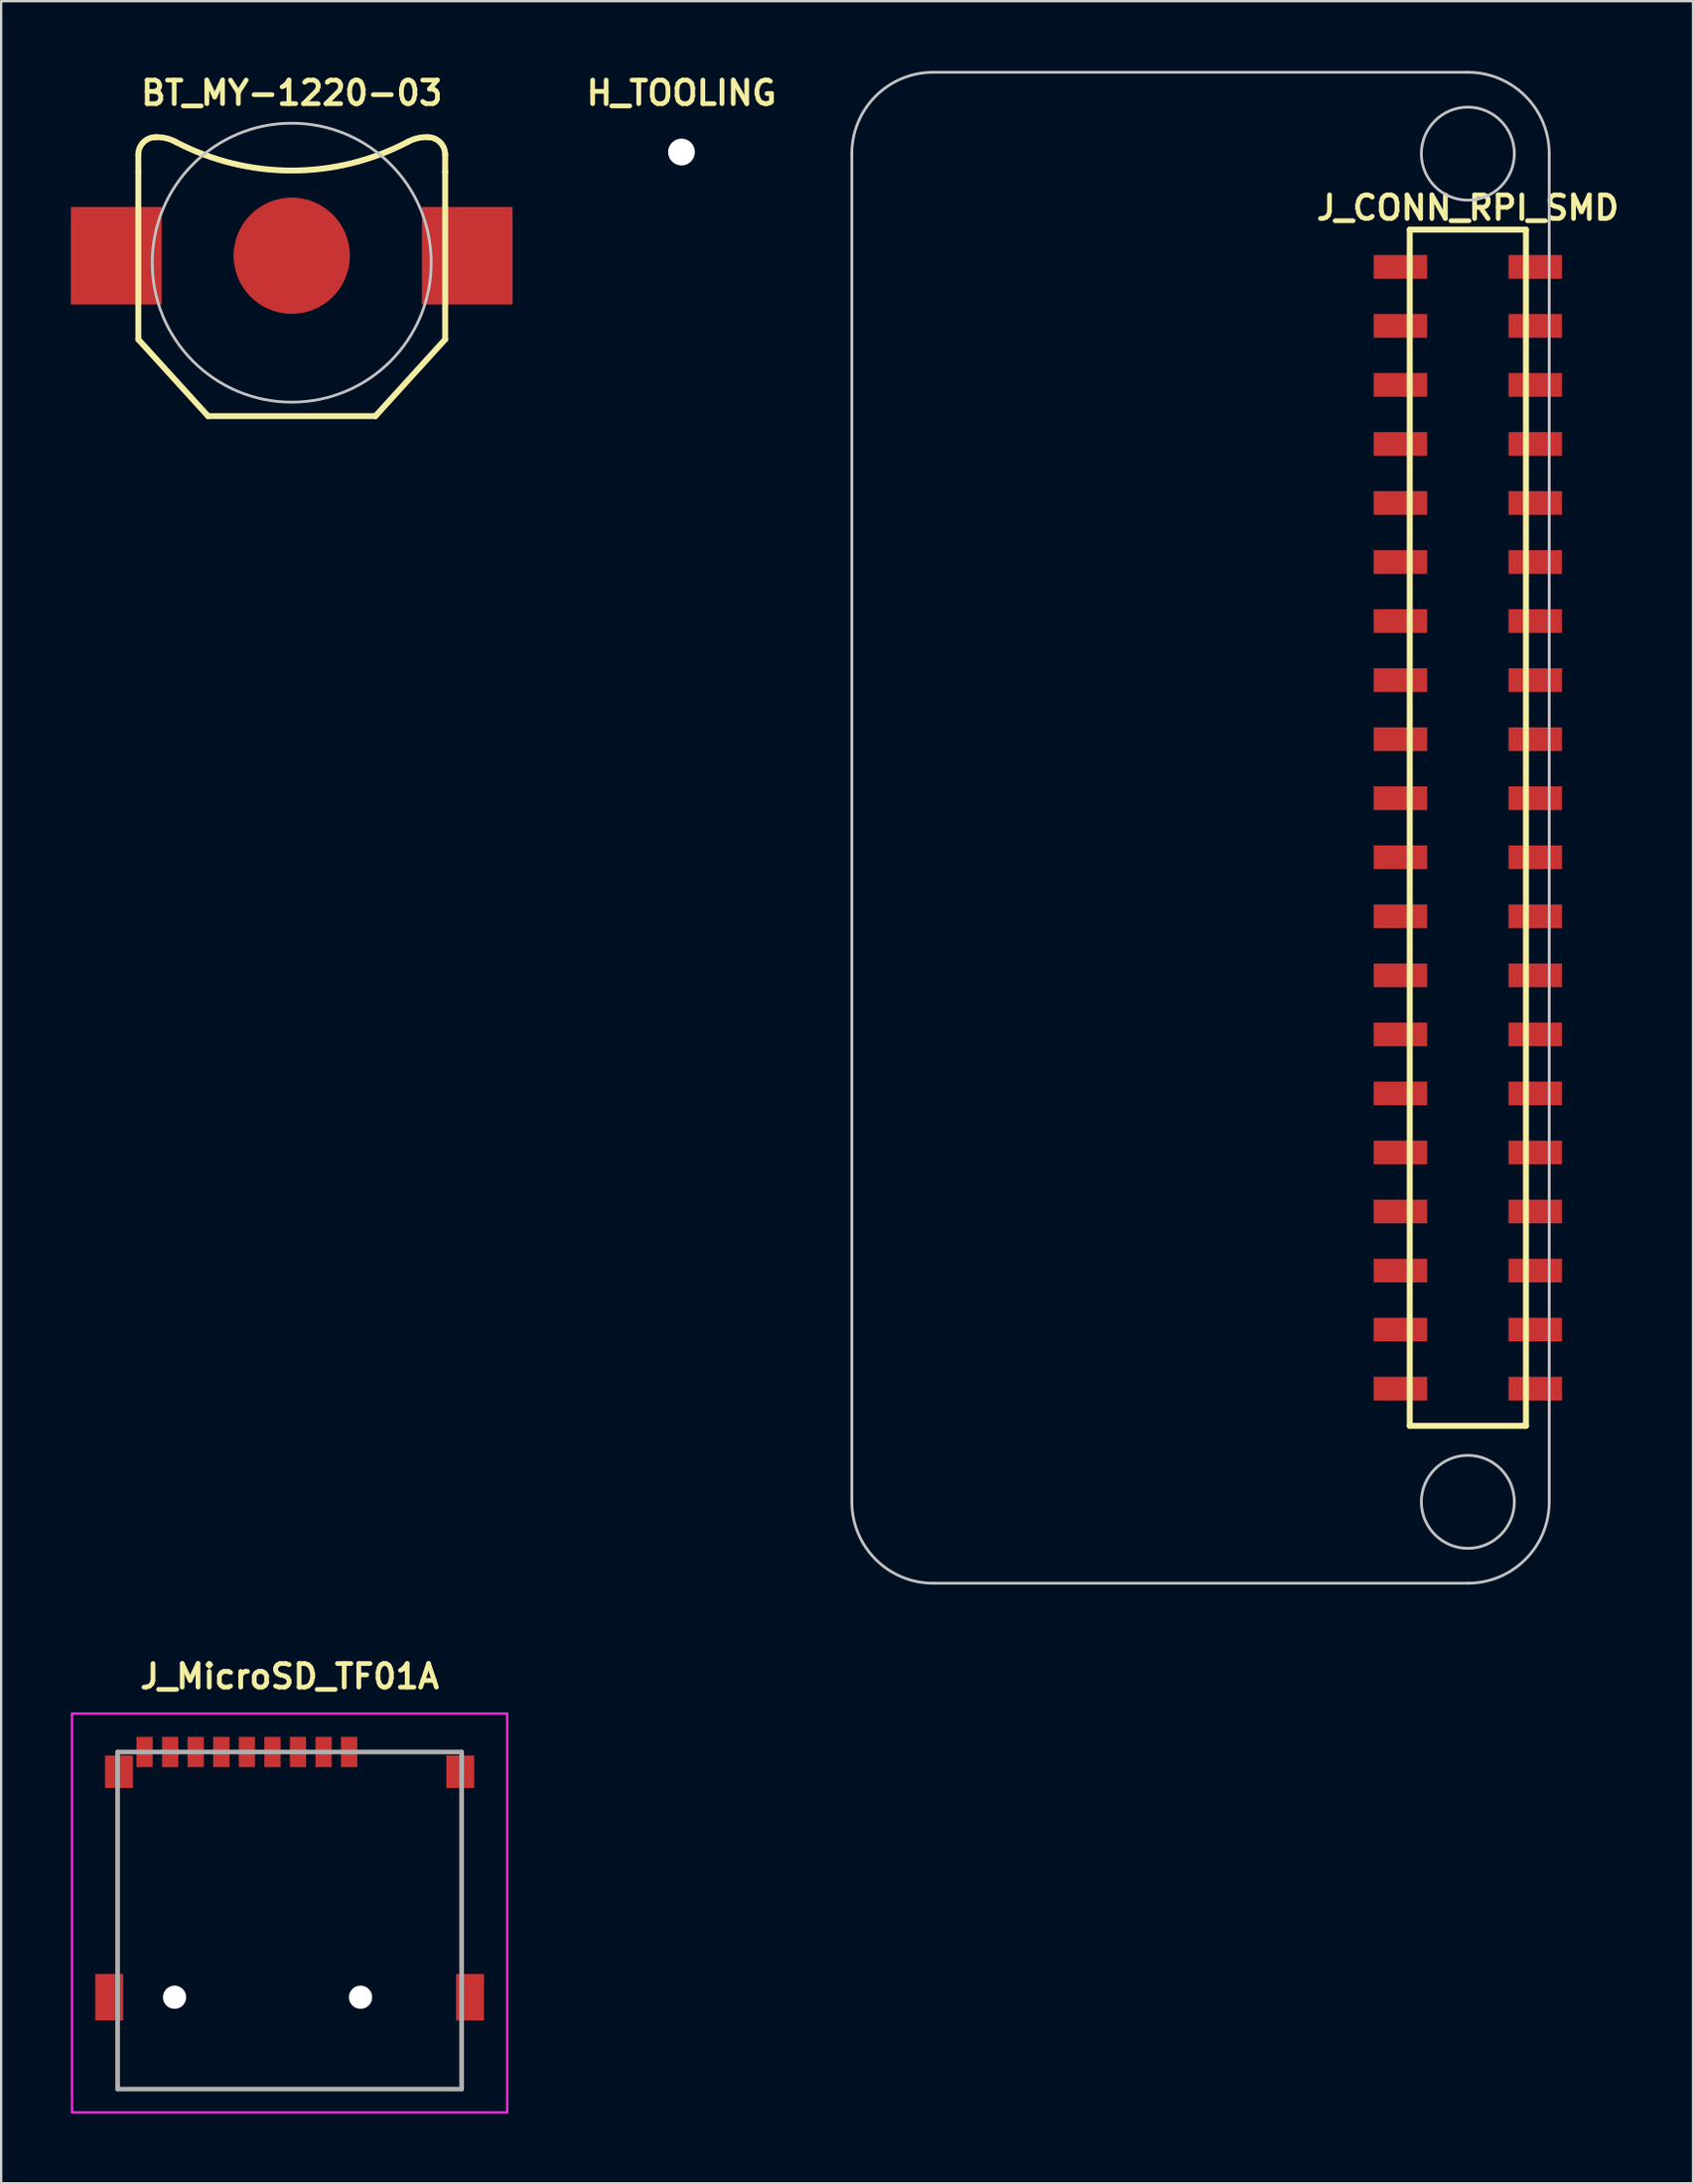
<source format=kicad_pcb>
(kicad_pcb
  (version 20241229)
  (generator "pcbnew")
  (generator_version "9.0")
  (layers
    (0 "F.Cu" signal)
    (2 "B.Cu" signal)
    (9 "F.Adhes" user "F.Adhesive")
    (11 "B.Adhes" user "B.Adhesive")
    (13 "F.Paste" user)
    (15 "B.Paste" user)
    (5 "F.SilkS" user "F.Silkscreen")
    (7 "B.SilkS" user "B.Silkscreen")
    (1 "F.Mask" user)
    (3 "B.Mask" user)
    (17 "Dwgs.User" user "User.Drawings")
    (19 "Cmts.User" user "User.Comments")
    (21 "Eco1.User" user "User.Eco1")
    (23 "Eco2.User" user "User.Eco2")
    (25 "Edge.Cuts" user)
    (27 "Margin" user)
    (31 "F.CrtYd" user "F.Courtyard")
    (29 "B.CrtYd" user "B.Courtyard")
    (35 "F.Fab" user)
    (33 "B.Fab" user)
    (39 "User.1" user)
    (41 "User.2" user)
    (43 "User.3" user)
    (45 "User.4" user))
  (footprint "BT_MY-1220-03"
    (layer "F.Cu")
    (at 9.5 7.951)
    (property "Reference" "BT_MY-1220-03" (at 0 -7 0) (layer "F.SilkS") (effects (font (size 1.016 1.016) (thickness 0.203))))
    (property "Value" "${VALUE}" (at 0 9 0) (layer "F.SilkS") (hide yes) (effects (font (size 1.016 0.914) (thickness 0.203) (italic yes))))
    (attr exclude_from_pos_files exclude_from_bom)
    (fp_line (start -6.6 -3.6) (end -6.6 -4.35) (stroke (width 0.254) (type solid)) (layer "F.SilkS"))
    (fp_line (start -6.6 -3.6) (end -6.6 3.6) (stroke (width 0.254) (type solid)) (layer "F.SilkS"))
    (fp_line (start -6.6 3.6) (end -3.6 6.9) (stroke (width 0.254) (type solid)) (layer "F.SilkS"))
    (fp_line (start -3.6 6.9) (end 3.6 6.9) (stroke (width 0.254) (type solid)) (layer "F.SilkS"))
    (fp_line (start 6.6 -3.6) (end 6.6 -4.35) (stroke (width 0.254) (type solid)) (layer "F.SilkS"))
    (fp_line (start 6.6 -3.6) (end 6.6 3.6) (stroke (width 0.254) (type solid)) (layer "F.SilkS"))
    (fp_line (start 6.6 3.6) (end 3.6 6.9) (stroke (width 0.254) (type solid)) (layer "F.SilkS"))
    (fp_arc (start -6.6 -4.35) (mid -6.38033 -4.88033) (end -5.85 -5.1) (stroke (width 0.254) (type solid)) (layer "F.SilkS"))
    (fp_arc (start -5.85 -5.1) (mid -5.411835 -5.055952) (end -5 -4.9) (stroke (width 0.254) (type solid)) (layer "F.SilkS"))
    (fp_arc (start 5 -4.9) (mid 0 -3.66494) (end -5 -4.9) (stroke (width 0.254) (type solid)) (layer "F.SilkS"))
    (fp_arc (start 5 -4.9) (mid 5.411835 -5.055952) (end 5.85 -5.1) (stroke (width 0.254) (type solid)) (layer "F.SilkS"))
    (fp_arc (start 5.85 -5.1) (mid 6.38033 -4.88033) (end 6.6 -4.35) (stroke (width 0.254) (type solid)) (layer "F.SilkS"))
    (fp_circle (center 0 0.3) (end 6 0.3) (stroke (width 0.12) (type solid)) (fill no) (layer "Dwgs.User"))
    (pad "1" smd rect (at -7.55 0) (size 3.9 4.2) (layers "F.Cu" "F.Mask" "F.Paste"))
    (pad "1" smd rect (at 7.55 0) (size 3.9 4.2) (layers "F.Cu" "F.Mask" "F.Paste"))
    (pad "2" smd circle (at 0 0) (size 5 5) (layers "F.Cu" "F.Mask" "F.Paste")))
  (footprint "J_MicroSD_TF01A"
    (layer "F.Cu")
    (at 9.41 79.571)
    (property "Reference" "J_MicroSD_TF01A" (at 0 -10.5 0) (layer "F.SilkS") (effects (font (size 1.016 1.016) (thickness 0.203))))
    (property "Value" "${VALUE}" (at 0 9.5 0) (layer "F.SilkS") (hide yes) (effects (font (size 1.016 0.914) (thickness 0.203) (italic yes))))
    (attr smd)
    (fp_line (start -7.4 -5) (end -7.4 1.5) (stroke (width 0.1) (type solid)) (layer "F.SilkS"))
    (fp_line (start -7.4 5) (end -7.4 7.25) (stroke (width 0.1) (type solid)) (layer "F.SilkS"))
    (fp_line (start -7.4 7.25) (end 7.4 7.25) (stroke (width 0.1) (type solid)) (layer "F.SilkS"))
    (fp_line (start 3.5 -7.25) (end 6.5 -7.25) (stroke (width 0.1) (type solid)) (layer "F.SilkS"))
    (fp_line (start 7.4 1.5) (end 7.4 -5) (stroke (width 0.1) (type solid)) (layer "F.SilkS"))
    (fp_line (start 7.4 7.25) (end 7.4 5.5) (stroke (width 0.1) (type solid)) (layer "F.SilkS"))
    (fp_line (start -9.36 -8.9) (end 9.36 -8.9) (stroke (width 0.1) (type solid)) (layer "F.CrtYd"))
    (fp_line (start -9.36 8.25) (end -9.36 -8.9) (stroke (width 0.1) (type solid)) (layer "F.CrtYd"))
    (fp_line (start 9.36 -8.9) (end 9.36 8.25) (stroke (width 0.1) (type solid)) (layer "F.CrtYd"))
    (fp_line (start 9.36 8.25) (end -9.36 8.25) (stroke (width 0.1) (type solid)) (layer "F.CrtYd"))
    (fp_line (start -7.4 -7.25) (end 7.4 -7.25) (stroke (width 0.2) (type solid)) (layer "F.Fab"))
    (fp_line (start -7.4 7.25) (end -7.4 -7.25) (stroke (width 0.2) (type solid)) (layer "F.Fab"))
    (fp_line (start 7.4 -7.25) (end 7.4 7.25) (stroke (width 0.2) (type solid)) (layer "F.Fab"))
    (fp_line (start 7.4 7.25) (end -7.4 7.25) (stroke (width 0.2) (type solid)) (layer "F.Fab"))
    (pad "" np_thru_hole circle (at -4.95 3.3) (size 1 1) (drill 1) (layers "*.Cu" "*.Mask"))
    (pad "" np_thru_hole circle (at 3.05 3.3) (size 1 1) (drill 1) (layers "*.Cu" "*.Mask"))
    (pad "1" smd rect (at 2.56 -7.25) (size 0.7 1.3) (layers "F.Cu" "F.Mask" "F.Paste"))
    (pad "2" smd rect (at 1.46 -7.25) (size 0.7 1.3) (layers "F.Cu" "F.Mask" "F.Paste"))
    (pad "3" smd rect (at 0.36 -7.25) (size 0.7 1.3) (layers "F.Cu" "F.Mask" "F.Paste"))
    (pad "4" smd rect (at -0.74 -7.25) (size 0.7 1.3) (layers "F.Cu" "F.Mask" "F.Paste"))
    (pad "5" smd rect (at -1.84 -7.25) (size 0.7 1.3) (layers "F.Cu" "F.Mask" "F.Paste"))
    (pad "6" smd rect (at -2.94 -7.25) (size 0.7 1.3) (layers "F.Cu" "F.Mask" "F.Paste"))
    (pad "7" smd rect (at -4.04 -7.25) (size 0.7 1.3) (layers "F.Cu" "F.Mask" "F.Paste"))
    (pad "8" smd rect (at -5.14 -7.25) (size 0.7 1.3) (layers "F.Cu" "F.Mask" "F.Paste"))
    (pad "9" smd rect (at -6.24 -7.25) (size 0.7 1.3) (layers "F.Cu" "F.Mask" "F.Paste"))
    (pad "S" smd rect (at -7.76 3.3) (size 1.2 2) (layers "F.Cu" "F.Mask" "F.Paste"))
    (pad "S" smd rect (at -7.34 -6.4) (size 1.2 1.4) (layers "F.Cu" "F.Mask" "F.Paste"))
    (pad "S" smd rect (at 7.34 -6.4) (size 1.2 1.4) (layers "F.Cu" "F.Mask" "F.Paste"))
    (pad "S" smd rect (at 7.76 3.3) (size 1.2 2) (layers "F.Cu" "F.Mask" "F.Paste")))
  (footprint "H_TOOLING"
    (layer "F.Cu")
    (at 26.267 3.491)
    (property "Reference" "H_TOOLING" (at 0 -2.54 0) (unlocked yes) (layer "F.SilkS") (effects (font (size 1.016 1.016) (thickness 0.203))))
    (property "Value" "${VALUE}" (at 0 2.54 0) (unlocked yes) (layer "F.SilkS") (hide yes) (effects (font (size 1.016 1.016) (thickness 0.203))))
    (pad "" np_thru_hole circle (at 0 0) (size 1.152 1.152) (drill 1.152) (layers "*.Cu" "*.Mask")))
  (footprint "J_CONN_RPI_SMD"
    (layer "F.Cu")
    (at 60.094 32.56)
    (property "Reference" "J_CONN_RPI_SMD" (at 0 -26.67 180) (layer "F.SilkS") (effects (font (size 1.016 1.016) (thickness 0.203))))
    (property "Value" "${VALUE}" (at 0 26.67 0) (layer "F.SilkS") (hide yes) (effects (font (size 1.016 0.914) (thickness 0.203) (italic yes))))
    (attr smd)
    (fp_line (start -2.5 -25.73) (end -2.5 25.73) (stroke (width 0.254) (type solid)) (layer "F.SilkS"))
    (fp_line (start -2.5 25.73) (end 2.5 25.73) (stroke (width 0.254) (type solid)) (layer "F.SilkS"))
    (fp_line (start 2.5 -25.73) (end -2.5 -25.73) (stroke (width 0.254) (type solid)) (layer "F.SilkS"))
    (fp_line (start 2.5 -25.73) (end 2.5 25.73) (stroke (width 0.254) (type solid)) (layer "F.SilkS"))
    (fp_line (start -26.5 -29) (end -26.5 29) (stroke (width 0.12) (type solid)) (layer "Dwgs.User"))
    (fp_line (start 0 -32.5) (end -23 -32.5) (stroke (width 0.12) (type solid)) (layer "Dwgs.User"))
    (fp_line (start 0 32.5) (end -23 32.5) (stroke (width 0.12) (type solid)) (layer "Dwgs.User"))
    (fp_line (start 3.5 -29) (end 3.5 29) (stroke (width 0.12) (type solid)) (layer "Dwgs.User"))
    (fp_arc (start -26.5 -29) (mid -25.474874 -31.474874) (end -23 -32.5) (stroke (width 0.12) (type solid)) (layer "Dwgs.User"))
    (fp_arc (start -23 32.5) (mid -25.474874 31.474874) (end -26.5 29) (stroke (width 0.12) (type solid)) (layer "Dwgs.User"))
    (fp_arc (start 0 -32.5) (mid 2.474874 -31.474874) (end 3.5 -29) (stroke (width 0.12) (type solid)) (layer "Dwgs.User"))
    (fp_arc (start 3.5 29) (mid 2.474874 31.474874) (end 0 32.5) (stroke (width 0.12) (type solid)) (layer "Dwgs.User"))
    (fp_circle (center 0 -29) (end 2 -29) (stroke (width 0.12) (type solid)) (fill no) (layer "Dwgs.User"))
    (fp_circle (center 0 29) (end 2 29) (stroke (width 0.12) (type solid)) (fill no) (layer "Dwgs.User"))
    (pad "1" smd rect (at -2.9 -24.13) (size 2.3 1.02) (layers "F.Cu" "F.Mask" "F.Paste"))
    (pad "2" smd rect (at 2.9 -24.13) (size 2.3 1.02) (layers "F.Cu" "F.Mask" "F.Paste"))
    (pad "3" smd rect (at -2.9 -21.59) (size 2.3 1.02) (layers "F.Cu" "F.Mask" "F.Paste"))
    (pad "4" smd rect (at 2.9 -21.59) (size 2.3 1.02) (layers "F.Cu" "F.Mask" "F.Paste"))
    (pad "5" smd rect (at -2.9 -19.05) (size 2.3 1.02) (layers "F.Cu" "F.Mask" "F.Paste"))
    (pad "6" smd rect (at 2.9 -19.05) (size 2.3 1.02) (layers "F.Cu" "F.Mask" "F.Paste"))
    (pad "7" smd rect (at -2.9 -16.51) (size 2.3 1.02) (layers "F.Cu" "F.Mask" "F.Paste"))
    (pad "8" smd rect (at 2.9 -16.51) (size 2.3 1.02) (layers "F.Cu" "F.Mask" "F.Paste"))
    (pad "9" smd rect (at -2.9 -13.97) (size 2.3 1.02) (layers "F.Cu" "F.Mask" "F.Paste"))
    (pad "10" smd rect (at 2.9 -13.97) (size 2.3 1.02) (layers "F.Cu" "F.Mask" "F.Paste"))
    (pad "11" smd rect (at -2.9 -11.43) (size 2.3 1.02) (layers "F.Cu" "F.Mask" "F.Paste"))
    (pad "12" smd rect (at 2.9 -11.43) (size 2.3 1.02) (layers "F.Cu" "F.Mask" "F.Paste"))
    (pad "13" smd rect (at -2.9 -8.89) (size 2.3 1.02) (layers "F.Cu" "F.Mask" "F.Paste"))
    (pad "14" smd rect (at 2.9 -8.89) (size 2.3 1.02) (layers "F.Cu" "F.Mask" "F.Paste"))
    (pad "15" smd rect (at -2.9 -6.35) (size 2.3 1.02) (layers "F.Cu" "F.Mask" "F.Paste"))
    (pad "16" smd rect (at 2.9 -6.35) (size 2.3 1.02) (layers "F.Cu" "F.Mask" "F.Paste"))
    (pad "17" smd rect (at -2.9 -3.81) (size 2.3 1.02) (layers "F.Cu" "F.Mask" "F.Paste"))
    (pad "18" smd rect (at 2.9 -3.81) (size 2.3 1.02) (layers "F.Cu" "F.Mask" "F.Paste"))
    (pad "19" smd rect (at -2.9 -1.27) (size 2.3 1.02) (layers "F.Cu" "F.Mask" "F.Paste"))
    (pad "20" smd rect (at 2.9 -1.27) (size 2.3 1.02) (layers "F.Cu" "F.Mask" "F.Paste"))
    (pad "21" smd rect (at -2.9 1.27) (size 2.3 1.02) (layers "F.Cu" "F.Mask" "F.Paste"))
    (pad "22" smd rect (at 2.9 1.27) (size 2.3 1.02) (layers "F.Cu" "F.Mask" "F.Paste"))
    (pad "23" smd rect (at -2.9 3.81) (size 2.3 1.02) (layers "F.Cu" "F.Mask" "F.Paste"))
    (pad "24" smd rect (at 2.9 3.81) (size 2.3 1.02) (layers "F.Cu" "F.Mask" "F.Paste"))
    (pad "25" smd rect (at -2.9 6.35) (size 2.3 1.02) (layers "F.Cu" "F.Mask" "F.Paste"))
    (pad "26" smd rect (at 2.9 6.35) (size 2.3 1.02) (layers "F.Cu" "F.Mask" "F.Paste"))
    (pad "27" smd rect (at -2.9 8.89) (size 2.3 1.02) (layers "F.Cu" "F.Mask" "F.Paste"))
    (pad "28" smd rect (at 2.9 8.89) (size 2.3 1.02) (layers "F.Cu" "F.Mask" "F.Paste"))
    (pad "29" smd rect (at -2.9 11.43) (size 2.3 1.02) (layers "F.Cu" "F.Mask" "F.Paste"))
    (pad "30" smd rect (at 2.9 11.43) (size 2.3 1.02) (layers "F.Cu" "F.Mask" "F.Paste"))
    (pad "31" smd rect (at -2.9 13.97) (size 2.3 1.02) (layers "F.Cu" "F.Mask" "F.Paste"))
    (pad "32" smd rect (at 2.9 13.97) (size 2.3 1.02) (layers "F.Cu" "F.Mask" "F.Paste"))
    (pad "33" smd rect (at -2.9 16.51) (size 2.3 1.02) (layers "F.Cu" "F.Mask" "F.Paste"))
    (pad "34" smd rect (at 2.9 16.51) (size 2.3 1.02) (layers "F.Cu" "F.Mask" "F.Paste"))
    (pad "35" smd rect (at -2.9 19.05) (size 2.3 1.02) (layers "F.Cu" "F.Mask" "F.Paste"))
    (pad "36" smd rect (at 2.9 19.05) (size 2.3 1.02) (layers "F.Cu" "F.Mask" "F.Paste"))
    (pad "37" smd rect (at -2.9 21.59) (size 2.3 1.02) (layers "F.Cu" "F.Mask" "F.Paste"))
    (pad "38" smd rect (at 2.9 21.59) (size 2.3 1.02) (layers "F.Cu" "F.Mask" "F.Paste"))
    (pad "39" smd rect (at -2.9 24.13) (size 2.3 1.02) (layers "F.Cu" "F.Mask" "F.Paste"))
    (pad "40" smd rect (at 2.9 24.13) (size 2.3 1.02) (layers "F.Cu" "F.Mask" "F.Paste")))
  (gr_rect
    (start -3 -3)
    (end 69.781 90.871)
    (stroke (width 0.1) (type default))
    (fill no)
    (layer "Edge.Cuts")))
</source>
